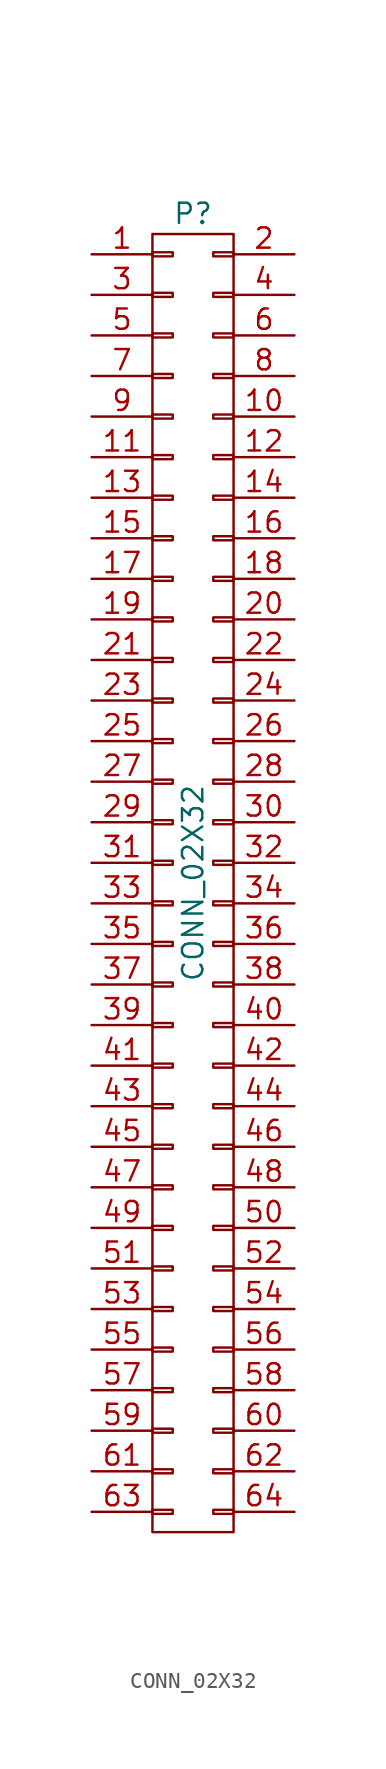
<source format=kicad_sym>
(kicad_symbol_lib
  (version 20211014)
  (generator kicad_symbol_editor)
  (symbol "CONN_02X32"
    (pin_names
      (offset 0.025) hide)
    (property "Reference" "P"
      (at 0 41.91 0)
      (effects (font (size 1.27 1.27))))
    (property "Value" "CONN_02X32"
      (at 0 0 90)
      (effects (font (size 1.27 1.27))))
    (property "Footprint" ""
      (at 0 -10.16 0)
      (effects (font (size 1.27 1.27))))
    (property "Datasheet" ""
      (at 0 -10.16 0)
      (effects (font (size 1.27 1.27))))
    (symbol "CONN_02X32_0_1"
      (rectangle (start -2.54 -39.243) (end -1.27 -39.497) (stroke (width 0) (type default) (color 0 0 0 0)) (fill (type none)))
      (rectangle (start -2.54 -36.703) (end -1.27 -36.957) (stroke (width 0) (type default) (color 0 0 0 0)) (fill (type none)))
      (rectangle (start -2.54 -34.163) (end -1.27 -34.417) (stroke (width 0) (type default) (color 0 0 0 0)) (fill (type none)))
      (rectangle (start -2.54 -31.623) (end -1.27 -31.877) (stroke (width 0) (type default) (color 0 0 0 0)) (fill (type none)))
      (rectangle (start -2.54 -29.083) (end -1.27 -29.337) (stroke (width 0) (type default) (color 0 0 0 0)) (fill (type none)))
      (rectangle (start -2.54 -26.543) (end -1.27 -26.797) (stroke (width 0) (type default) (color 0 0 0 0)) (fill (type none)))
      (rectangle (start -2.54 -24.003) (end -1.27 -24.257) (stroke (width 0) (type default) (color 0 0 0 0)) (fill (type none)))
      (rectangle (start -2.54 -21.463) (end -1.27 -21.717) (stroke (width 0) (type default) (color 0 0 0 0)) (fill (type none)))
      (rectangle (start -2.54 -18.923) (end -1.27 -19.177) (stroke (width 0) (type default) (color 0 0 0 0)) (fill (type none)))
      (rectangle (start -2.54 -16.383) (end -1.27 -16.637) (stroke (width 0) (type default) (color 0 0 0 0)) (fill (type none)))
      (rectangle (start -2.54 -13.843) (end -1.27 -14.097) (stroke (width 0) (type default) (color 0 0 0 0)) (fill (type none)))
      (rectangle (start -2.54 -11.303) (end -1.27 -11.557) (stroke (width 0) (type default) (color 0 0 0 0)) (fill (type none)))
      (rectangle (start -2.54 -8.763) (end -1.27 -9.017) (stroke (width 0) (type default) (color 0 0 0 0)) (fill (type none)))
      (rectangle (start -2.54 -6.223) (end -1.27 -6.477) (stroke (width 0) (type default) (color 0 0 0 0)) (fill (type none)))
      (rectangle (start -2.54 -3.683) (end -1.27 -3.937) (stroke (width 0) (type default) (color 0 0 0 0)) (fill (type none)))
      (rectangle (start -2.54 -1.143) (end -1.27 -1.397) (stroke (width 0) (type default) (color 0 0 0 0)) (fill (type none)))
      (rectangle (start -2.54 1.397) (end -1.27 1.143) (stroke (width 0) (type default) (color 0 0 0 0)) (fill (type none)))
      (rectangle (start -2.54 3.937) (end -1.27 3.683) (stroke (width 0) (type default) (color 0 0 0 0)) (fill (type none)))
      (rectangle (start -2.54 6.477) (end -1.27 6.223) (stroke (width 0) (type default) (color 0 0 0 0)) (fill (type none)))
      (rectangle (start -2.54 9.017) (end -1.27 8.763) (stroke (width 0) (type default) (color 0 0 0 0)) (fill (type none)))
      (rectangle (start -2.54 11.557) (end -1.27 11.303) (stroke (width 0) (type default) (color 0 0 0 0)) (fill (type none)))
      (rectangle (start -2.54 14.097) (end -1.27 13.843) (stroke (width 0) (type default) (color 0 0 0 0)) (fill (type none)))
      (rectangle (start -2.54 16.637) (end -1.27 16.383) (stroke (width 0) (type default) (color 0 0 0 0)) (fill (type none)))
      (rectangle (start -2.54 19.177) (end -1.27 18.923) (stroke (width 0) (type default) (color 0 0 0 0)) (fill (type none)))
      (rectangle (start -2.54 21.717) (end -1.27 21.463) (stroke (width 0) (type default) (color 0 0 0 0)) (fill (type none)))
      (rectangle (start -2.54 24.257) (end -1.27 24.003) (stroke (width 0) (type default) (color 0 0 0 0)) (fill (type none)))
      (rectangle (start -2.54 26.797) (end -1.27 26.543) (stroke (width 0) (type default) (color 0 0 0 0)) (fill (type none)))
      (rectangle (start -2.54 29.337) (end -1.27 29.083) (stroke (width 0) (type default) (color 0 0 0 0)) (fill (type none)))
      (rectangle (start -2.54 31.877) (end -1.27 31.623) (stroke (width 0) (type default) (color 0 0 0 0)) (fill (type none)))
      (rectangle (start -2.54 34.417) (end -1.27 34.163) (stroke (width 0) (type default) (color 0 0 0 0)) (fill (type none)))
      (rectangle (start -2.54 36.957) (end -1.27 36.703) (stroke (width 0) (type default) (color 0 0 0 0)) (fill (type none)))
      (rectangle (start -2.54 39.497) (end -1.27 39.243) (stroke (width 0) (type default) (color 0 0 0 0)) (fill (type none)))
      (rectangle (start -2.54 40.64) (end 2.54 -40.64) (stroke (width 0) (type default) (color 0 0 0 0)) (fill (type none)))
      (rectangle (start 1.27 -39.243) (end 2.54 -39.497) (stroke (width 0) (type default) (color 0 0 0 0)) (fill (type none)))
      (rectangle (start 1.27 -36.703) (end 2.54 -36.957) (stroke (width 0) (type default) (color 0 0 0 0)) (fill (type none)))
      (rectangle (start 1.27 -34.163) (end 2.54 -34.417) (stroke (width 0) (type default) (color 0 0 0 0)) (fill (type none)))
      (rectangle (start 1.27 -31.623) (end 2.54 -31.877) (stroke (width 0) (type default) (color 0 0 0 0)) (fill (type none)))
      (rectangle (start 1.27 -29.083) (end 2.54 -29.337) (stroke (width 0) (type default) (color 0 0 0 0)) (fill (type none)))
      (rectangle (start 1.27 -26.543) (end 2.54 -26.797) (stroke (width 0) (type default) (color 0 0 0 0)) (fill (type none)))
      (rectangle (start 1.27 -24.003) (end 2.54 -24.257) (stroke (width 0) (type default) (color 0 0 0 0)) (fill (type none)))
      (rectangle (start 1.27 -21.463) (end 2.54 -21.717) (stroke (width 0) (type default) (color 0 0 0 0)) (fill (type none)))
      (rectangle (start 1.27 -18.923) (end 2.54 -19.177) (stroke (width 0) (type default) (color 0 0 0 0)) (fill (type none)))
      (rectangle (start 1.27 -16.383) (end 2.54 -16.637) (stroke (width 0) (type default) (color 0 0 0 0)) (fill (type none)))
      (rectangle (start 1.27 -13.843) (end 2.54 -14.097) (stroke (width 0) (type default) (color 0 0 0 0)) (fill (type none)))
      (rectangle (start 1.27 -11.303) (end 2.54 -11.557) (stroke (width 0) (type default) (color 0 0 0 0)) (fill (type none)))
      (rectangle (start 1.27 -8.763) (end 2.54 -9.017) (stroke (width 0) (type default) (color 0 0 0 0)) (fill (type none)))
      (rectangle (start 1.27 -6.223) (end 2.54 -6.477) (stroke (width 0) (type default) (color 0 0 0 0)) (fill (type none)))
      (rectangle (start 1.27 -3.683) (end 2.54 -3.937) (stroke (width 0) (type default) (color 0 0 0 0)) (fill (type none)))
      (rectangle (start 1.27 -1.143) (end 2.54 -1.397) (stroke (width 0) (type default) (color 0 0 0 0)) (fill (type none)))
      (rectangle (start 1.27 1.397) (end 2.54 1.143) (stroke (width 0) (type default) (color 0 0 0 0)) (fill (type none)))
      (rectangle (start 1.27 3.937) (end 2.54 3.683) (stroke (width 0) (type default) (color 0 0 0 0)) (fill (type none)))
      (rectangle (start 1.27 6.477) (end 2.54 6.223) (stroke (width 0) (type default) (color 0 0 0 0)) (fill (type none)))
      (rectangle (start 1.27 9.017) (end 2.54 8.763) (stroke (width 0) (type default) (color 0 0 0 0)) (fill (type none)))
      (rectangle (start 1.27 11.557) (end 2.54 11.303) (stroke (width 0) (type default) (color 0 0 0 0)) (fill (type none)))
      (rectangle (start 1.27 14.097) (end 2.54 13.843) (stroke (width 0) (type default) (color 0 0 0 0)) (fill (type none)))
      (rectangle (start 1.27 16.637) (end 2.54 16.383) (stroke (width 0) (type default) (color 0 0 0 0)) (fill (type none)))
      (rectangle (start 1.27 19.177) (end 2.54 18.923) (stroke (width 0) (type default) (color 0 0 0 0)) (fill (type none)))
      (rectangle (start 1.27 21.717) (end 2.54 21.463) (stroke (width 0) (type default) (color 0 0 0 0)) (fill (type none)))
      (rectangle (start 1.27 24.257) (end 2.54 24.003) (stroke (width 0) (type default) (color 0 0 0 0)) (fill (type none)))
      (rectangle (start 1.27 26.797) (end 2.54 26.543) (stroke (width 0) (type default) (color 0 0 0 0)) (fill (type none)))
      (rectangle (start 1.27 29.337) (end 2.54 29.083) (stroke (width 0) (type default) (color 0 0 0 0)) (fill (type none)))
      (rectangle (start 1.27 31.877) (end 2.54 31.623) (stroke (width 0) (type default) (color 0 0 0 0)) (fill (type none)))
      (rectangle (start 1.27 34.417) (end 2.54 34.163) (stroke (width 0) (type default) (color 0 0 0 0)) (fill (type none)))
      (rectangle (start 1.27 36.957) (end 2.54 36.703) (stroke (width 0) (type default) (color 0 0 0 0)) (fill (type none)))
      (rectangle (start 1.27 39.497) (end 2.54 39.243) (stroke (width 0) (type default) (color 0 0 0 0)) (fill (type none))))
    (symbol "CONN_02X32_1_1"
      (pin passive line (at -6.35 39.37 0) (length 3.81) (name "P1" (effects (font (size 1.27 1.27)))) (number "1" (effects (font (size 1.27 1.27)))))
      (pin passive line (at 6.35 29.21 180) (length 3.81) (name "P10" (effects (font (size 1.27 1.27)))) (number "10" (effects (font (size 1.27 1.27)))))
      (pin passive line (at -6.35 26.67 0) (length 3.81) (name "P11" (effects (font (size 1.27 1.27)))) (number "11" (effects (font (size 1.27 1.27)))))
      (pin passive line (at 6.35 26.67 180) (length 3.81) (name "P12" (effects (font (size 1.27 1.27)))) (number "12" (effects (font (size 1.27 1.27)))))
      (pin passive line (at -6.35 24.13 0) (length 3.81) (name "P13" (effects (font (size 1.27 1.27)))) (number "13" (effects (font (size 1.27 1.27)))))
      (pin passive line (at 6.35 24.13 180) (length 3.81) (name "P14" (effects (font (size 1.27 1.27)))) (number "14" (effects (font (size 1.27 1.27)))))
      (pin passive line (at -6.35 21.59 0) (length 3.81) (name "P15" (effects (font (size 1.27 1.27)))) (number "15" (effects (font (size 1.27 1.27)))))
      (pin passive line (at 6.35 21.59 180) (length 3.81) (name "P16" (effects (font (size 1.27 1.27)))) (number "16" (effects (font (size 1.27 1.27)))))
      (pin passive line (at -6.35 19.05 0) (length 3.81) (name "P17" (effects (font (size 1.27 1.27)))) (number "17" (effects (font (size 1.27 1.27)))))
      (pin passive line (at 6.35 19.05 180) (length 3.81) (name "P18" (effects (font (size 1.27 1.27)))) (number "18" (effects (font (size 1.27 1.27)))))
      (pin passive line (at -6.35 16.51 0) (length 3.81) (name "P19" (effects (font (size 1.27 1.27)))) (number "19" (effects (font (size 1.27 1.27)))))
      (pin passive line (at 6.35 39.37 180) (length 3.81) (name "P2" (effects (font (size 1.27 1.27)))) (number "2" (effects (font (size 1.27 1.27)))))
      (pin passive line (at 6.35 16.51 180) (length 3.81) (name "P20" (effects (font (size 1.27 1.27)))) (number "20" (effects (font (size 1.27 1.27)))))
      (pin passive line (at -6.35 13.97 0) (length 3.81) (name "P21" (effects (font (size 1.27 1.27)))) (number "21" (effects (font (size 1.27 1.27)))))
      (pin passive line (at 6.35 13.97 180) (length 3.81) (name "P22" (effects (font (size 1.27 1.27)))) (number "22" (effects (font (size 1.27 1.27)))))
      (pin passive line (at -6.35 11.43 0) (length 3.81) (name "P23" (effects (font (size 1.27 1.27)))) (number "23" (effects (font (size 1.27 1.27)))))
      (pin passive line (at 6.35 11.43 180) (length 3.81) (name "P24" (effects (font (size 1.27 1.27)))) (number "24" (effects (font (size 1.27 1.27)))))
      (pin passive line (at -6.35 8.89 0) (length 3.81) (name "P25" (effects (font (size 1.27 1.27)))) (number "25" (effects (font (size 1.27 1.27)))))
      (pin passive line (at 6.35 8.89 180) (length 3.81) (name "P26" (effects (font (size 1.27 1.27)))) (number "26" (effects (font (size 1.27 1.27)))))
      (pin passive line (at -6.35 6.35 0) (length 3.81) (name "P27" (effects (font (size 1.27 1.27)))) (number "27" (effects (font (size 1.27 1.27)))))
      (pin passive line (at 6.35 6.35 180) (length 3.81) (name "P28" (effects (font (size 1.27 1.27)))) (number "28" (effects (font (size 1.27 1.27)))))
      (pin passive line (at -6.35 3.81 0) (length 3.81) (name "P29" (effects (font (size 1.27 1.27)))) (number "29" (effects (font (size 1.27 1.27)))))
      (pin passive line (at -6.35 36.83 0) (length 3.81) (name "P3" (effects (font (size 1.27 1.27)))) (number "3" (effects (font (size 1.27 1.27)))))
      (pin passive line (at 6.35 3.81 180) (length 3.81) (name "P30" (effects (font (size 1.27 1.27)))) (number "30" (effects (font (size 1.27 1.27)))))
      (pin passive line (at -6.35 1.27 0) (length 3.81) (name "P31" (effects (font (size 1.27 1.27)))) (number "31" (effects (font (size 1.27 1.27)))))
      (pin passive line (at 6.35 1.27 180) (length 3.81) (name "P32" (effects (font (size 1.27 1.27)))) (number "32" (effects (font (size 1.27 1.27)))))
      (pin passive line (at -6.35 -1.27 0) (length 3.81) (name "P33" (effects (font (size 1.27 1.27)))) (number "33" (effects (font (size 1.27 1.27)))))
      (pin passive line (at 6.35 -1.27 180) (length 3.81) (name "P34" (effects (font (size 1.27 1.27)))) (number "34" (effects (font (size 1.27 1.27)))))
      (pin passive line (at -6.35 -3.81 0) (length 3.81) (name "P35" (effects (font (size 1.27 1.27)))) (number "35" (effects (font (size 1.27 1.27)))))
      (pin passive line (at 6.35 -3.81 180) (length 3.81) (name "P36" (effects (font (size 1.27 1.27)))) (number "36" (effects (font (size 1.27 1.27)))))
      (pin passive line (at -6.35 -6.35 0) (length 3.81) (name "P37" (effects (font (size 1.27 1.27)))) (number "37" (effects (font (size 1.27 1.27)))))
      (pin passive line (at 6.35 -6.35 180) (length 3.81) (name "P38" (effects (font (size 1.27 1.27)))) (number "38" (effects (font (size 1.27 1.27)))))
      (pin passive line (at -6.35 -8.89 0) (length 3.81) (name "P39" (effects (font (size 1.27 1.27)))) (number "39" (effects (font (size 1.27 1.27)))))
      (pin passive line (at 6.35 36.83 180) (length 3.81) (name "P4" (effects (font (size 1.27 1.27)))) (number "4" (effects (font (size 1.27 1.27)))))
      (pin passive line (at 6.35 -8.89 180) (length 3.81) (name "P40" (effects (font (size 1.27 1.27)))) (number "40" (effects (font (size 1.27 1.27)))))
      (pin passive line (at -6.35 -11.43 0) (length 3.81) (name "P41" (effects (font (size 1.27 1.27)))) (number "41" (effects (font (size 1.27 1.27)))))
      (pin passive line (at 6.35 -11.43 180) (length 3.81) (name "P42" (effects (font (size 1.27 1.27)))) (number "42" (effects (font (size 1.27 1.27)))))
      (pin passive line (at -6.35 -13.97 0) (length 3.81) (name "P43" (effects (font (size 1.27 1.27)))) (number "43" (effects (font (size 1.27 1.27)))))
      (pin passive line (at 6.35 -13.97 180) (length 3.81) (name "P44" (effects (font (size 1.27 1.27)))) (number "44" (effects (font (size 1.27 1.27)))))
      (pin passive line (at -6.35 -16.51 0) (length 3.81) (name "P45" (effects (font (size 1.27 1.27)))) (number "45" (effects (font (size 1.27 1.27)))))
      (pin passive line (at 6.35 -16.51 180) (length 3.81) (name "P46" (effects (font (size 1.27 1.27)))) (number "46" (effects (font (size 1.27 1.27)))))
      (pin passive line (at -6.35 -19.05 0) (length 3.81) (name "P47" (effects (font (size 1.27 1.27)))) (number "47" (effects (font (size 1.27 1.27)))))
      (pin passive line (at 6.35 -19.05 180) (length 3.81) (name "P48" (effects (font (size 1.27 1.27)))) (number "48" (effects (font (size 1.27 1.27)))))
      (pin passive line (at -6.35 -21.59 0) (length 3.81) (name "P49" (effects (font (size 1.27 1.27)))) (number "49" (effects (font (size 1.27 1.27)))))
      (pin passive line (at -6.35 34.29 0) (length 3.81) (name "P5" (effects (font (size 1.27 1.27)))) (number "5" (effects (font (size 1.27 1.27)))))
      (pin passive line (at 6.35 -21.59 180) (length 3.81) (name "P50" (effects (font (size 1.27 1.27)))) (number "50" (effects (font (size 1.27 1.27)))))
      (pin passive line (at -6.35 -24.13 0) (length 3.81) (name "P51" (effects (font (size 1.27 1.27)))) (number "51" (effects (font (size 1.27 1.27)))))
      (pin passive line (at 6.35 -24.13 180) (length 3.81) (name "P52" (effects (font (size 1.27 1.27)))) (number "52" (effects (font (size 1.27 1.27)))))
      (pin passive line (at -6.35 -26.67 0) (length 3.81) (name "P53" (effects (font (size 1.27 1.27)))) (number "53" (effects (font (size 1.27 1.27)))))
      (pin passive line (at 6.35 -26.67 180) (length 3.81) (name "P54" (effects (font (size 1.27 1.27)))) (number "54" (effects (font (size 1.27 1.27)))))
      (pin passive line (at -6.35 -29.21 0) (length 3.81) (name "P55" (effects (font (size 1.27 1.27)))) (number "55" (effects (font (size 1.27 1.27)))))
      (pin passive line (at 6.35 -29.21 180) (length 3.81) (name "P56" (effects (font (size 1.27 1.27)))) (number "56" (effects (font (size 1.27 1.27)))))
      (pin passive line (at -6.35 -31.75 0) (length 3.81) (name "P57" (effects (font (size 1.27 1.27)))) (number "57" (effects (font (size 1.27 1.27)))))
      (pin passive line (at 6.35 -31.75 180) (length 3.81) (name "P58" (effects (font (size 1.27 1.27)))) (number "58" (effects (font (size 1.27 1.27)))))
      (pin passive line (at -6.35 -34.29 0) (length 3.81) (name "P59" (effects (font (size 1.27 1.27)))) (number "59" (effects (font (size 1.27 1.27)))))
      (pin passive line (at 6.35 34.29 180) (length 3.81) (name "P6" (effects (font (size 1.27 1.27)))) (number "6" (effects (font (size 1.27 1.27)))))
      (pin passive line (at 6.35 -34.29 180) (length 3.81) (name "P60" (effects (font (size 1.27 1.27)))) (number "60" (effects (font (size 1.27 1.27)))))
      (pin passive line (at -6.35 -36.83 0) (length 3.81) (name "P61" (effects (font (size 1.27 1.27)))) (number "61" (effects (font (size 1.27 1.27)))))
      (pin passive line (at 6.35 -36.83 180) (length 3.81) (name "P62" (effects (font (size 1.27 1.27)))) (number "62" (effects (font (size 1.27 1.27)))))
      (pin passive line (at -6.35 -39.37 0) (length 3.81) (name "P63" (effects (font (size 1.27 1.27)))) (number "63" (effects (font (size 1.27 1.27)))))
      (pin passive line (at 6.35 -39.37 180) (length 3.81) (name "P64" (effects (font (size 1.27 1.27)))) (number "64" (effects (font (size 1.27 1.27)))))
      (pin passive line (at -6.35 31.75 0) (length 3.81) (name "P7" (effects (font (size 1.27 1.27)))) (number "7" (effects (font (size 1.27 1.27)))))
      (pin passive line (at 6.35 31.75 180) (length 3.81) (name "P8" (effects (font (size 1.27 1.27)))) (number "8" (effects (font (size 1.27 1.27)))))
      (pin passive line (at -6.35 29.21 0) (length 3.81) (name "P9" (effects (font (size 1.27 1.27)))) (number "9" (effects (font (size 1.27 1.27))))))))
</source>
